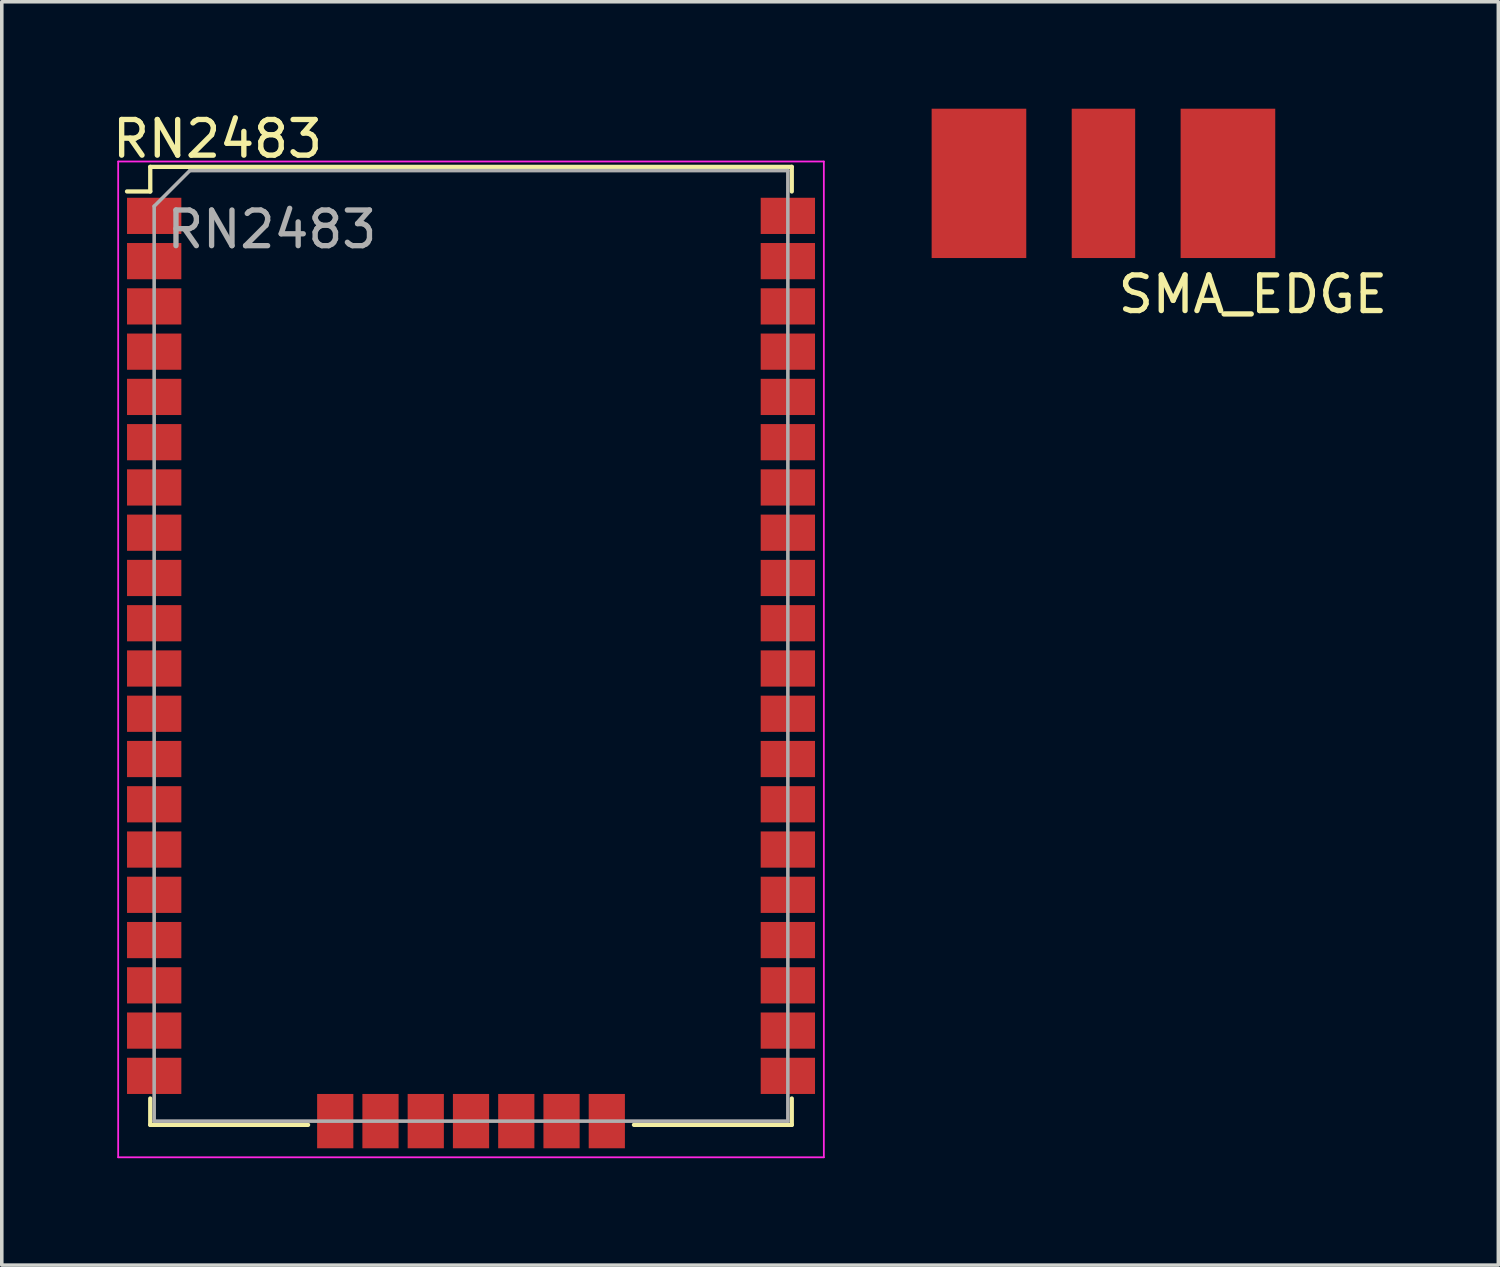
<source format=kicad_pcb>
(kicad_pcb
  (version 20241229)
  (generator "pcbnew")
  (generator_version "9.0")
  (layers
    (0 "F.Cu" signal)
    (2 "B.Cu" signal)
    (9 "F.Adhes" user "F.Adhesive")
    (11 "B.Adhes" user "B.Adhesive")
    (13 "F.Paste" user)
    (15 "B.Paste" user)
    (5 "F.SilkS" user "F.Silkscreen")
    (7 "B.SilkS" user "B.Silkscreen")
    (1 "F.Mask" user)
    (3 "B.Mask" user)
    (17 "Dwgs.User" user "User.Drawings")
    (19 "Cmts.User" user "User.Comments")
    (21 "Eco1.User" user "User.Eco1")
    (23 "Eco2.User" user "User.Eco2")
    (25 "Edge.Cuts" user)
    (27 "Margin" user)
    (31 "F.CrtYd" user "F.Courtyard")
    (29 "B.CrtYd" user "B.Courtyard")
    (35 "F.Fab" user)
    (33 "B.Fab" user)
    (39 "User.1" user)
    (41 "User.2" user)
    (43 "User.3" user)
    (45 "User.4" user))
  (footprint "SMA_EDGE"
    (layer "F.Cu")
    (at 27.911 2.095)
    (property "Reference" "SMA_EDGE" (at 4.194 3.114 0) (layer "F.SilkS") (effects (font (size 1 1) (thickness 0.15))))
    (attr through_hole)
    (pad "1" connect rect (at 0 0) (size 1.78 4.19) (layers "F.Cu" "F.Mask"))
    (pad "2" connect rect (at -3.493 0) (size 2.655 4.19) (layers "F.Cu" "F.Mask"))
    (pad "2" connect rect (at 3.493 0) (size 2.655 4.19) (layers "F.Cu" "F.Mask")))
  (footprint "RN2483"
    (layer "F.Cu")
    (at 10.166 15.072)
    (property "Reference" "RN2483" (at -7.112 -14.224 0) (layer "F.SilkS") (effects (font (size 1 1) (thickness 0.15))))
    (attr smd)
    (fp_line (start -9 -13.44) (end 9 -13.44) (stroke (width 0.12) (type solid)) (layer "F.SilkS"))
    (fp_line (start -9 -12.75) (end -9.652 -12.75) (stroke (width 0.12) (type solid)) (layer "F.SilkS"))
    (fp_line (start -9 -12.75) (end -9 -13.44) (stroke (width 0.12) (type solid)) (layer "F.SilkS"))
    (fp_line (start -9 12.7) (end -9 13.44) (stroke (width 0.12) (type solid)) (layer "F.SilkS"))
    (fp_line (start -9 13.44) (end -4.572 13.44) (stroke (width 0.12) (type solid)) (layer "F.SilkS"))
    (fp_line (start 4.572 13.44) (end 9 13.44) (stroke (width 0.12) (type solid)) (layer "F.SilkS"))
    (fp_line (start 9 -13.44) (end 9 -12.75) (stroke (width 0.12) (type solid)) (layer "F.SilkS"))
    (fp_line (start 9 13.44) (end 9 12.7) (stroke (width 0.12) (type solid)) (layer "F.SilkS"))
    (fp_line (start -9.9 -13.59) (end 9.9 -13.59) (stroke (width 0.05) (type solid)) (layer "F.CrtYd"))
    (fp_line (start -9.9 14.35) (end -9.9 -13.59) (stroke (width 0.05) (type solid)) (layer "F.CrtYd"))
    (fp_line (start 9.9 -13.59) (end 9.9 14.35) (stroke (width 0.05) (type solid)) (layer "F.CrtYd"))
    (fp_line (start 9.9 14.35) (end -9.9 14.35) (stroke (width 0.05) (type solid)) (layer "F.CrtYd"))
    (fp_line (start -8.89 13.335) (end -8.89 -12.335) (stroke (width 0.1) (type solid)) (layer "F.Fab"))
    (fp_line (start -7.89 -13.335) (end -8.89 -12.335) (stroke (width 0.1) (type solid)) (layer "F.Fab"))
    (fp_line (start -7.89 -13.335) (end 8.89 -13.335) (stroke (width 0.1) (type solid)) (layer "F.Fab"))
    (fp_line (start 8.89 -13.335) (end 8.89 13.335) (stroke (width 0.1) (type solid)) (layer "F.Fab"))
    (fp_line (start 8.89 13.335) (end -8.89 13.335) (stroke (width 0.1) (type solid)) (layer "F.Fab"))
    (fp_text user "${REFERENCE}" (at -5.588 -11.684 0) (layer "F.Fab") (effects (font (size 1 1) (thickness 0.15))))
    (pad "1" smd rect (at -8.89 -12.065) (size 1.524 1.016) (layers "F.Cu" "F.Mask" "F.Paste"))
    (pad "2" smd rect (at -8.89 -10.795) (size 1.524 1.016) (layers "F.Cu" "F.Mask" "F.Paste"))
    (pad "3" smd rect (at -8.89 -9.525) (size 1.524 1.016) (layers "F.Cu" "F.Mask" "F.Paste"))
    (pad "4" smd rect (at -8.89 -8.255) (size 1.524 1.016) (layers "F.Cu" "F.Mask" "F.Paste"))
    (pad "5" smd rect (at -8.89 -6.985) (size 1.524 1.016) (layers "F.Cu" "F.Mask" "F.Paste"))
    (pad "6" smd rect (at -8.89 -5.715) (size 1.524 1.016) (layers "F.Cu" "F.Mask" "F.Paste"))
    (pad "7" smd rect (at -8.89 -4.445) (size 1.524 1.016) (layers "F.Cu" "F.Mask" "F.Paste"))
    (pad "8" smd rect (at -8.89 -3.175) (size 1.524 1.016) (layers "F.Cu" "F.Mask" "F.Paste"))
    (pad "9" smd rect (at -8.89 -1.905) (size 1.524 1.016) (layers "F.Cu" "F.Mask" "F.Paste"))
    (pad "10" smd rect (at -8.89 -0.635) (size 1.524 1.016) (layers "F.Cu" "F.Mask" "F.Paste"))
    (pad "11" smd rect (at -8.89 0.635) (size 1.524 1.016) (layers "F.Cu" "F.Mask" "F.Paste"))
    (pad "12" smd rect (at -8.89 1.905) (size 1.524 1.016) (layers "F.Cu" "F.Mask" "F.Paste"))
    (pad "13" smd rect (at -8.89 3.175) (size 1.524 1.016) (layers "F.Cu" "F.Mask" "F.Paste"))
    (pad "14" smd rect (at -8.89 4.445) (size 1.524 1.016) (layers "F.Cu" "F.Mask" "F.Paste"))
    (pad "15" smd rect (at -8.89 5.715) (size 1.524 1.016) (layers "F.Cu" "F.Mask" "F.Paste"))
    (pad "16" smd rect (at -8.89 6.985) (size 1.524 1.016) (layers "F.Cu" "F.Mask" "F.Paste"))
    (pad "17" smd rect (at -8.89 8.255) (size 1.524 1.016) (layers "F.Cu" "F.Mask" "F.Paste"))
    (pad "18" smd rect (at -8.89 9.525) (size 1.524 1.016) (layers "F.Cu" "F.Mask" "F.Paste"))
    (pad "19" smd rect (at -8.89 10.795) (size 1.524 1.016) (layers "F.Cu" "F.Mask" "F.Paste"))
    (pad "20" smd rect (at -8.89 12.065) (size 1.524 1.016) (layers "F.Cu" "F.Mask" "F.Paste"))
    (pad "21" smd rect (at -3.81 13.335 90) (size 1.524 1.016) (layers "F.Cu" "F.Mask" "F.Paste"))
    (pad "22" smd rect (at -2.54 13.335 90) (size 1.524 1.016) (layers "F.Cu" "F.Mask" "F.Paste"))
    (pad "23" smd rect (at -1.27 13.335 90) (size 1.524 1.016) (layers "F.Cu" "F.Mask" "F.Paste"))
    (pad "24" smd rect (at 0 13.335 90) (size 1.524 1.016) (layers "F.Cu" "F.Mask" "F.Paste"))
    (pad "25" smd rect (at 1.27 13.335 90) (size 1.524 1.016) (layers "F.Cu" "F.Mask" "F.Paste"))
    (pad "26" smd rect (at 2.54 13.335 90) (size 1.524 1.016) (layers "F.Cu" "F.Mask" "F.Paste"))
    (pad "27" smd rect (at 3.81 13.335 90) (size 1.524 1.016) (layers "F.Cu" "F.Mask" "F.Paste"))
    (pad "28" smd rect (at 8.89 12.065) (size 1.524 1.016) (layers "F.Cu" "F.Mask" "F.Paste"))
    (pad "29" smd rect (at 8.89 10.795) (size 1.524 1.016) (layers "F.Cu" "F.Mask" "F.Paste"))
    (pad "30" smd rect (at 8.89 9.525) (size 1.524 1.016) (layers "F.Cu" "F.Mask" "F.Paste"))
    (pad "31" smd rect (at 8.89 8.255) (size 1.524 1.016) (layers "F.Cu" "F.Mask" "F.Paste"))
    (pad "32" smd rect (at 8.89 6.985) (size 1.524 1.016) (layers "F.Cu" "F.Mask" "F.Paste"))
    (pad "33" smd rect (at 8.89 5.715) (size 1.524 1.016) (layers "F.Cu" "F.Mask" "F.Paste"))
    (pad "34" smd rect (at 8.89 4.445) (size 1.524 1.016) (layers "F.Cu" "F.Mask" "F.Paste"))
    (pad "35" smd rect (at 8.89 3.175) (size 1.524 1.016) (layers "F.Cu" "F.Mask" "F.Paste"))
    (pad "36" smd rect (at 8.89 1.905) (size 1.524 1.016) (layers "F.Cu" "F.Mask" "F.Paste"))
    (pad "37" smd rect (at 8.89 0.635) (size 1.524 1.016) (layers "F.Cu" "F.Mask" "F.Paste"))
    (pad "38" smd rect (at 8.89 -0.635) (size 1.524 1.016) (layers "F.Cu" "F.Mask" "F.Paste"))
    (pad "39" smd rect (at 8.89 -1.905) (size 1.524 1.016) (layers "F.Cu" "F.Mask" "F.Paste"))
    (pad "40" smd rect (at 8.89 -3.175) (size 1.524 1.016) (layers "F.Cu" "F.Mask" "F.Paste"))
    (pad "41" smd rect (at 8.89 -4.445) (size 1.524 1.016) (layers "F.Cu" "F.Mask" "F.Paste"))
    (pad "42" smd rect (at 8.89 -5.715) (size 1.524 1.016) (layers "F.Cu" "F.Mask" "F.Paste"))
    (pad "43" smd rect (at 8.89 -6.985) (size 1.524 1.016) (layers "F.Cu" "F.Mask" "F.Paste"))
    (pad "44" smd rect (at 8.89 -8.255) (size 1.524 1.016) (layers "F.Cu" "F.Mask" "F.Paste"))
    (pad "45" smd rect (at 8.89 -9.525) (size 1.524 1.016) (layers "F.Cu" "F.Mask" "F.Paste"))
    (pad "46" smd rect (at 8.89 -10.795) (size 1.524 1.016) (layers "F.Cu" "F.Mask" "F.Paste"))
    (pad "47" smd rect (at 8.89 -12.065) (size 1.524 1.016) (layers "F.Cu" "F.Mask" "F.Paste")))
  (gr_rect
    (start -3 -3)
    (end 38.991 32.447)
    (stroke (width 0.1) (type default))
    (fill no)
    (layer "Edge.Cuts")))
</source>
